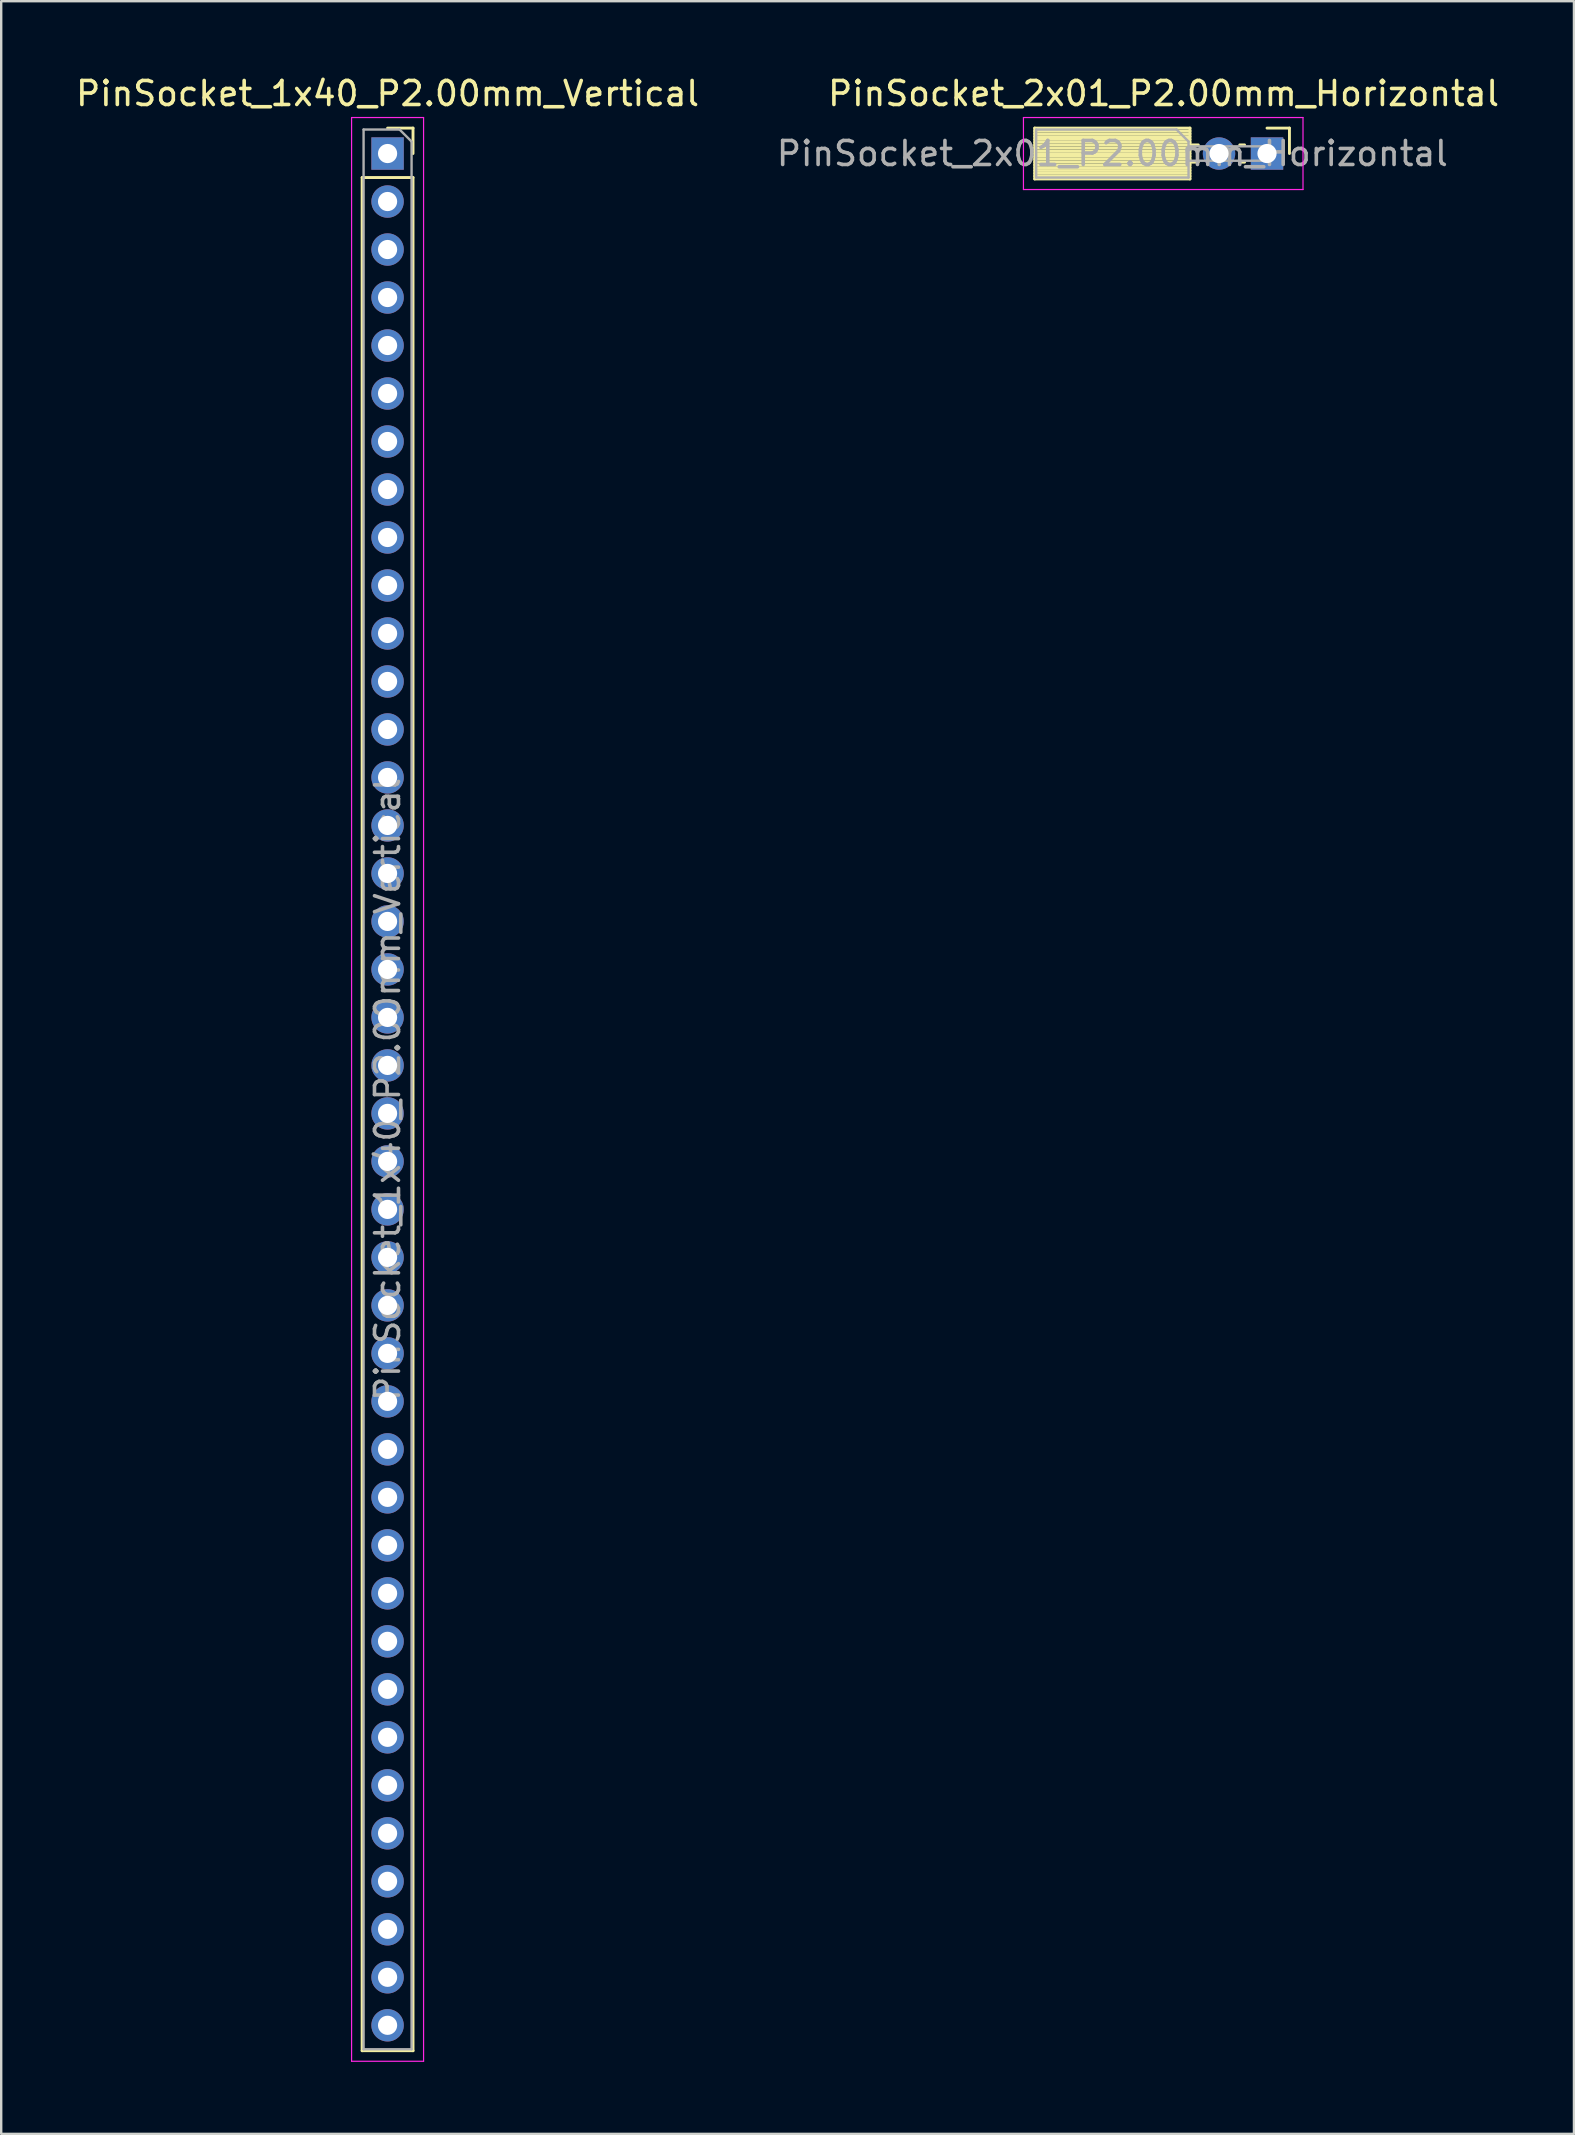
<source format=kicad_pcb>
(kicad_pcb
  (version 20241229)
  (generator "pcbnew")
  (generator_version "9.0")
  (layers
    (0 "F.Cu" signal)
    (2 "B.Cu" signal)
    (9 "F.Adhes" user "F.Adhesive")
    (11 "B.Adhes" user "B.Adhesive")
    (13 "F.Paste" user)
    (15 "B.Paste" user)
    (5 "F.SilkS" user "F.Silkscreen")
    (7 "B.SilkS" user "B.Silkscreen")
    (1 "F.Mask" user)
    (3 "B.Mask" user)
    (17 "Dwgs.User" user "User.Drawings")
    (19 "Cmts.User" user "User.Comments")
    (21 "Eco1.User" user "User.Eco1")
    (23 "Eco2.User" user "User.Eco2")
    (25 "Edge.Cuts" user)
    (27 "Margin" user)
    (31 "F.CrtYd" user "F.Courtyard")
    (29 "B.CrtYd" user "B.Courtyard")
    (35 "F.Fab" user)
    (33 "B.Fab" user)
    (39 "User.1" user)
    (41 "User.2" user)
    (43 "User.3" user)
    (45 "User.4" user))
  (footprint "PinSocket_2x01_P2.00mm_Horizontal"
    (layer "F.Cu")
    (at 49.749 3.348)
    (property "Reference" "PinSocket_2x01_P2.00mm_Horizontal" (at -4.31 -2.5 0) (layer "F.SilkS") (effects (font (size 1 1) (thickness 0.15))))
    (attr through_hole)
    (fp_line (start -9.68 -1.06) (end -9.68 1.06) (stroke (width 0.12) (type solid)) (layer "F.SilkS"))
    (fp_line (start -9.68 -1.06) (end -3.21 -1.06) (stroke (width 0.12) (type solid)) (layer "F.SilkS"))
    (fp_line (start -9.68 -0.94) (end -3.21 -0.94) (stroke (width 0.12) (type solid)) (layer "F.SilkS"))
    (fp_line (start -9.68 -0.822) (end -3.21 -0.822) (stroke (width 0.12) (type solid)) (layer "F.SilkS"))
    (fp_line (start -9.68 -0.705) (end -3.21 -0.705) (stroke (width 0.12) (type solid)) (layer "F.SilkS"))
    (fp_line (start -9.68 -0.587) (end -3.21 -0.587) (stroke (width 0.12) (type solid)) (layer "F.SilkS"))
    (fp_line (start -9.68 -0.469) (end -3.21 -0.469) (stroke (width 0.12) (type solid)) (layer "F.SilkS"))
    (fp_line (start -9.68 -0.352) (end -3.21 -0.352) (stroke (width 0.12) (type solid)) (layer "F.SilkS"))
    (fp_line (start -9.68 -0.234) (end -3.21 -0.234) (stroke (width 0.12) (type solid)) (layer "F.SilkS"))
    (fp_line (start -9.68 -0.116) (end -3.21 -0.116) (stroke (width 0.12) (type solid)) (layer "F.SilkS"))
    (fp_line (start -9.68 0.001) (end -3.21 0.001) (stroke (width 0.12) (type solid)) (layer "F.SilkS"))
    (fp_line (start -9.68 0.119) (end -3.21 0.119) (stroke (width 0.12) (type solid)) (layer "F.SilkS"))
    (fp_line (start -9.68 0.236) (end -3.21 0.236) (stroke (width 0.12) (type solid)) (layer "F.SilkS"))
    (fp_line (start -9.68 0.354) (end -3.21 0.354) (stroke (width 0.12) (type solid)) (layer "F.SilkS"))
    (fp_line (start -9.68 0.472) (end -3.21 0.472) (stroke (width 0.12) (type solid)) (layer "F.SilkS"))
    (fp_line (start -9.68 0.589) (end -3.21 0.589) (stroke (width 0.12) (type solid)) (layer "F.SilkS"))
    (fp_line (start -9.68 0.707) (end -3.21 0.707) (stroke (width 0.12) (type solid)) (layer "F.SilkS"))
    (fp_line (start -9.68 0.825) (end -3.21 0.825) (stroke (width 0.12) (type solid)) (layer "F.SilkS"))
    (fp_line (start -9.68 0.942) (end -3.21 0.942) (stroke (width 0.12) (type solid)) (layer "F.SilkS"))
    (fp_line (start -9.68 1.06) (end -3.21 1.06) (stroke (width 0.12) (type solid)) (layer "F.SilkS"))
    (fp_line (start -3.21 -1.06) (end -3.21 1.06) (stroke (width 0.12) (type solid)) (layer "F.SilkS"))
    (fp_line (start -3.21 -0.36) (end -2.863 -0.36) (stroke (width 0.12) (type solid)) (layer "F.SilkS"))
    (fp_line (start -3.21 0.36) (end -2.863 0.36) (stroke (width 0.12) (type solid)) (layer "F.SilkS"))
    (fp_line (start -1.137 -0.36) (end -0.935 -0.36) (stroke (width 0.12) (type solid)) (layer "F.SilkS"))
    (fp_line (start -1.137 0.36) (end -0.935 0.36) (stroke (width 0.12) (type solid)) (layer "F.SilkS"))
    (fp_line (start 0 -1.06) (end 0.935 -1.06) (stroke (width 0.12) (type solid)) (layer "F.SilkS"))
    (fp_line (start 0.935 -1.06) (end 0.935 0) (stroke (width 0.12) (type solid)) (layer "F.SilkS"))
    (fp_line (start -10.15 -1.5) (end -10.15 1.5) (stroke (width 0.05) (type solid)) (layer "F.CrtYd"))
    (fp_line (start -10.15 1.5) (end 1.5 1.5) (stroke (width 0.05) (type solid)) (layer "F.CrtYd"))
    (fp_line (start 1.5 -1.5) (end -10.15 -1.5) (stroke (width 0.05) (type solid)) (layer "F.CrtYd"))
    (fp_line (start 1.5 1.5) (end 1.5 -1.5) (stroke (width 0.05) (type solid)) (layer "F.CrtYd"))
    (fp_line (start -9.62 -1) (end -3.77 -1) (stroke (width 0.1) (type solid)) (layer "F.Fab"))
    (fp_line (start -9.62 1) (end -9.62 -1) (stroke (width 0.1) (type solid)) (layer "F.Fab"))
    (fp_line (start -3.77 -1) (end -3.27 -0.5) (stroke (width 0.1) (type solid)) (layer "F.Fab"))
    (fp_line (start -3.27 -0.5) (end -3.27 1) (stroke (width 0.1) (type solid)) (layer "F.Fab"))
    (fp_line (start -3.27 0.3) (end 0 0.3) (stroke (width 0.1) (type solid)) (layer "F.Fab"))
    (fp_line (start -3.27 1) (end -9.62 1) (stroke (width 0.1) (type solid)) (layer "F.Fab"))
    (fp_line (start 0 -0.3) (end -3.27 -0.3) (stroke (width 0.1) (type solid)) (layer "F.Fab"))
    (fp_line (start 0 0.3) (end 0 -0.3) (stroke (width 0.1) (type solid)) (layer "F.Fab"))
    (fp_text user "${REFERENCE}" (at -6.445 0 0) (layer "F.Fab") (effects (font (size 1 1) (thickness 0.15))))
    (pad "1" thru_hole rect (at 0 0) (size 1.35 1.35) (drill 0.8) (layers "*.Cu" "*.Mask"))
    (pad "2" thru_hole oval (at -2 0) (size 1.35 1.35) (drill 0.8) (layers "*.Cu" "*.Mask")))
  (footprint "PinSocket_1x40_P2.00mm_Vertical"
    (layer "F.Cu")
    (at 13.101 3.348)
    (property "Reference" "PinSocket_1x40_P2.00mm_Vertical" (at 0 -2.5 0) (layer "F.SilkS") (effects (font (size 1 1) (thickness 0.15))))
    (attr through_hole)
    (fp_line (start -1.06 1) (end -1.06 79.06) (stroke (width 0.12) (type solid)) (layer "F.SilkS"))
    (fp_line (start -1.06 1) (end 1.06 1) (stroke (width 0.12) (type solid)) (layer "F.SilkS"))
    (fp_line (start -1.06 79.06) (end 1.06 79.06) (stroke (width 0.12) (type solid)) (layer "F.SilkS"))
    (fp_line (start 0 -1.06) (end 1.06 -1.06) (stroke (width 0.12) (type solid)) (layer "F.SilkS"))
    (fp_line (start 1.06 -1.06) (end 1.06 0) (stroke (width 0.12) (type solid)) (layer "F.SilkS"))
    (fp_line (start 1.06 1) (end 1.06 79.06) (stroke (width 0.12) (type solid)) (layer "F.SilkS"))
    (fp_line (start -1.5 -1.5) (end 1.5 -1.5) (stroke (width 0.05) (type solid)) (layer "F.CrtYd"))
    (fp_line (start -1.5 79.5) (end -1.5 -1.5) (stroke (width 0.05) (type solid)) (layer "F.CrtYd"))
    (fp_line (start 1.5 -1.5) (end 1.5 79.5) (stroke (width 0.05) (type solid)) (layer "F.CrtYd"))
    (fp_line (start 1.5 79.5) (end -1.5 79.5) (stroke (width 0.05) (type solid)) (layer "F.CrtYd"))
    (fp_line (start -1 -1) (end 0.5 -1) (stroke (width 0.1) (type solid)) (layer "F.Fab"))
    (fp_line (start -1 79) (end -1 -1) (stroke (width 0.1) (type solid)) (layer "F.Fab"))
    (fp_line (start 0.5 -1) (end 1 -0.5) (stroke (width 0.1) (type solid)) (layer "F.Fab"))
    (fp_line (start 1 -0.5) (end 1 79) (stroke (width 0.1) (type solid)) (layer "F.Fab"))
    (fp_line (start 1 79) (end -1 79) (stroke (width 0.1) (type solid)) (layer "F.Fab"))
    (fp_text user "${REFERENCE}" (at 0 39 90) (layer "F.Fab") (effects (font (size 1 1) (thickness 0.15))))
    (pad "1" thru_hole rect (at 0 0) (size 1.35 1.35) (drill 0.8) (layers "*.Cu" "*.Mask"))
    (pad "2" thru_hole oval (at 0 2) (size 1.35 1.35) (drill 0.8) (layers "*.Cu" "*.Mask"))
    (pad "3" thru_hole oval (at 0 4) (size 1.35 1.35) (drill 0.8) (layers "*.Cu" "*.Mask"))
    (pad "4" thru_hole oval (at 0 6) (size 1.35 1.35) (drill 0.8) (layers "*.Cu" "*.Mask"))
    (pad "5" thru_hole oval (at 0 8) (size 1.35 1.35) (drill 0.8) (layers "*.Cu" "*.Mask"))
    (pad "6" thru_hole oval (at 0 10) (size 1.35 1.35) (drill 0.8) (layers "*.Cu" "*.Mask"))
    (pad "7" thru_hole oval (at 0 12) (size 1.35 1.35) (drill 0.8) (layers "*.Cu" "*.Mask"))
    (pad "8" thru_hole oval (at 0 14) (size 1.35 1.35) (drill 0.8) (layers "*.Cu" "*.Mask"))
    (pad "9" thru_hole oval (at 0 16) (size 1.35 1.35) (drill 0.8) (layers "*.Cu" "*.Mask"))
    (pad "10" thru_hole oval (at 0 18) (size 1.35 1.35) (drill 0.8) (layers "*.Cu" "*.Mask"))
    (pad "11" thru_hole oval (at 0 20) (size 1.35 1.35) (drill 0.8) (layers "*.Cu" "*.Mask"))
    (pad "12" thru_hole oval (at 0 22) (size 1.35 1.35) (drill 0.8) (layers "*.Cu" "*.Mask"))
    (pad "13" thru_hole oval (at 0 24) (size 1.35 1.35) (drill 0.8) (layers "*.Cu" "*.Mask"))
    (pad "14" thru_hole oval (at 0 26) (size 1.35 1.35) (drill 0.8) (layers "*.Cu" "*.Mask"))
    (pad "15" thru_hole oval (at 0 28) (size 1.35 1.35) (drill 0.8) (layers "*.Cu" "*.Mask"))
    (pad "16" thru_hole oval (at 0 30) (size 1.35 1.35) (drill 0.8) (layers "*.Cu" "*.Mask"))
    (pad "17" thru_hole oval (at 0 32) (size 1.35 1.35) (drill 0.8) (layers "*.Cu" "*.Mask"))
    (pad "18" thru_hole oval (at 0 34) (size 1.35 1.35) (drill 0.8) (layers "*.Cu" "*.Mask"))
    (pad "19" thru_hole oval (at 0 36) (size 1.35 1.35) (drill 0.8) (layers "*.Cu" "*.Mask"))
    (pad "20" thru_hole oval (at 0 38) (size 1.35 1.35) (drill 0.8) (layers "*.Cu" "*.Mask"))
    (pad "21" thru_hole oval (at 0 40) (size 1.35 1.35) (drill 0.8) (layers "*.Cu" "*.Mask"))
    (pad "22" thru_hole oval (at 0 42) (size 1.35 1.35) (drill 0.8) (layers "*.Cu" "*.Mask"))
    (pad "23" thru_hole oval (at 0 44) (size 1.35 1.35) (drill 0.8) (layers "*.Cu" "*.Mask"))
    (pad "24" thru_hole oval (at 0 46) (size 1.35 1.35) (drill 0.8) (layers "*.Cu" "*.Mask"))
    (pad "25" thru_hole oval (at 0 48) (size 1.35 1.35) (drill 0.8) (layers "*.Cu" "*.Mask"))
    (pad "26" thru_hole oval (at 0 50) (size 1.35 1.35) (drill 0.8) (layers "*.Cu" "*.Mask"))
    (pad "27" thru_hole oval (at 0 52) (size 1.35 1.35) (drill 0.8) (layers "*.Cu" "*.Mask"))
    (pad "28" thru_hole oval (at 0 54) (size 1.35 1.35) (drill 0.8) (layers "*.Cu" "*.Mask"))
    (pad "29" thru_hole oval (at 0 56) (size 1.35 1.35) (drill 0.8) (layers "*.Cu" "*.Mask"))
    (pad "30" thru_hole oval (at 0 58) (size 1.35 1.35) (drill 0.8) (layers "*.Cu" "*.Mask"))
    (pad "31" thru_hole oval (at 0 60) (size 1.35 1.35) (drill 0.8) (layers "*.Cu" "*.Mask"))
    (pad "32" thru_hole oval (at 0 62) (size 1.35 1.35) (drill 0.8) (layers "*.Cu" "*.Mask"))
    (pad "33" thru_hole oval (at 0 64) (size 1.35 1.35) (drill 0.8) (layers "*.Cu" "*.Mask"))
    (pad "34" thru_hole oval (at 0 66) (size 1.35 1.35) (drill 0.8) (layers "*.Cu" "*.Mask"))
    (pad "35" thru_hole oval (at 0 68) (size 1.35 1.35) (drill 0.8) (layers "*.Cu" "*.Mask"))
    (pad "36" thru_hole oval (at 0 70) (size 1.35 1.35) (drill 0.8) (layers "*.Cu" "*.Mask"))
    (pad "37" thru_hole oval (at 0 72) (size 1.35 1.35) (drill 0.8) (layers "*.Cu" "*.Mask"))
    (pad "38" thru_hole oval (at 0 74) (size 1.35 1.35) (drill 0.8) (layers "*.Cu" "*.Mask"))
    (pad "39" thru_hole oval (at 0 76) (size 1.35 1.35) (drill 0.8) (layers "*.Cu" "*.Mask"))
    (pad "40" thru_hole oval (at 0 78) (size 1.35 1.35) (drill 0.8) (layers "*.Cu" "*.Mask")))
  (gr_rect
    (start -3 -3)
    (end 62.54 85.873)
    (stroke (width 0.1) (type default))
    (fill no)
    (layer "Edge.Cuts")))
</source>
